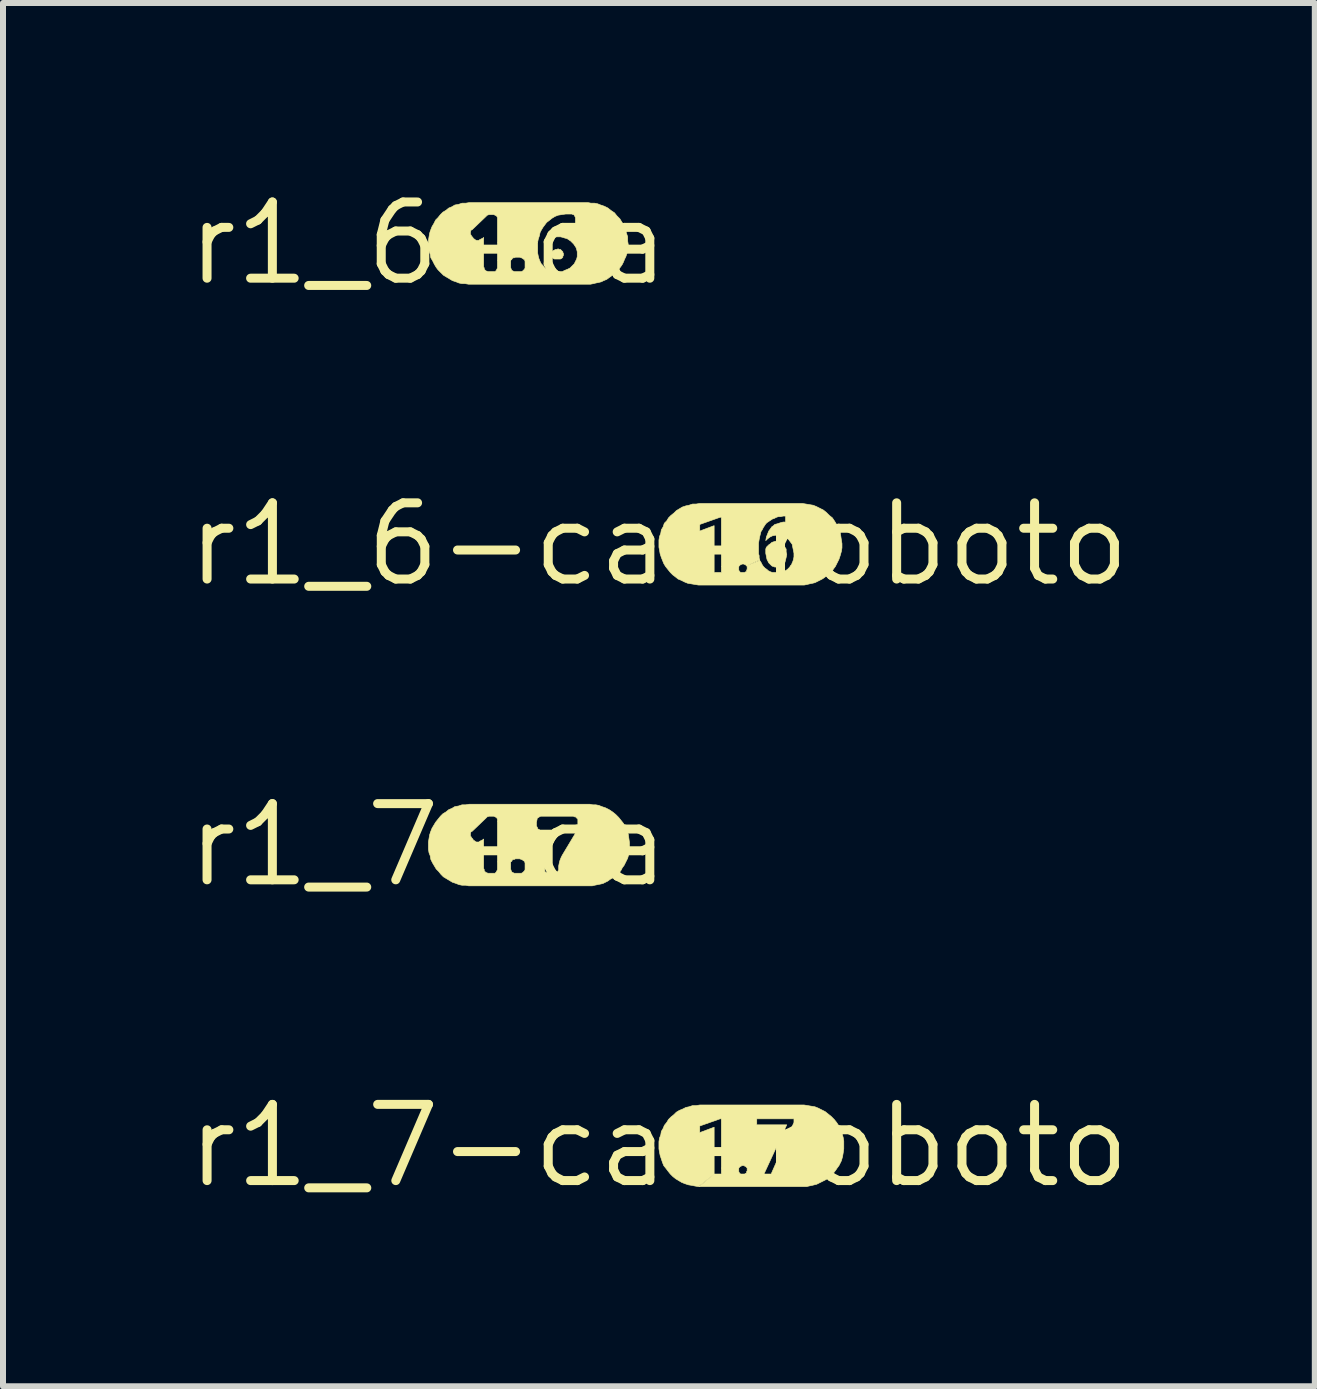
<source format=kicad_pcb>
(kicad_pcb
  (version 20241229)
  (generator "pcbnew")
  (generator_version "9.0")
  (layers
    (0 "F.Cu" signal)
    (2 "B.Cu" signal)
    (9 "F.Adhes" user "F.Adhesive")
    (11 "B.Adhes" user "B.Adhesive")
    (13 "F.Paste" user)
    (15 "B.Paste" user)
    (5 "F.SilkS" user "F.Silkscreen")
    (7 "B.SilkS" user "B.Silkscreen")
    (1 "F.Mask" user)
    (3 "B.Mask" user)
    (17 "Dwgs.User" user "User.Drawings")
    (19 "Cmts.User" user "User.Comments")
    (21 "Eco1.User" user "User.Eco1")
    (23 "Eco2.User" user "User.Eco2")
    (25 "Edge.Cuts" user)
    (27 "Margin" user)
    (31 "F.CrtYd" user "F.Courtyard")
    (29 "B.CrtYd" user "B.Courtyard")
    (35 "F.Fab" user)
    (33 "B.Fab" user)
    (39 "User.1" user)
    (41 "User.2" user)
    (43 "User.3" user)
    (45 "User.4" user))
  (footprint "r1_6-ca"
    (layer "F.Cu")
    (at 4.089 1.006)
    (property "Reference" "r1_6-ca" (at 0 0 0) (layer "F.SilkS") (effects (font (size 1.27 1.27) (thickness 0.15))))
    (attr board_only exclude_from_pos_files exclude_from_bom)
    (fp_poly (pts (xy 2.15 0.26) (xy 2.17 0.26) (xy 2.19 0.26) (xy 2.2 0.26) (xy 2.22 0.25) (xy 2.23 0.24) (xy 2.24 0.23) (xy 2.24 0.21) (xy 2.25 0.2) (xy 2.25 0.18) (xy 2.25 0.17) (xy 2.24 0.15) (xy 2.24 0.14) (xy 2.22 0.12) (xy 2.21 0.11) (xy 2.2 0.1) (xy 2.18 0.1) (xy 2.16 0.09) (xy 2.14 0.1) (xy 2.12 0.1) (xy 2.1 0.11) (xy 2.08 0.12) (xy 2.07 0.13) (xy 2.06 0.14) (xy 2.05 0.16) (xy 2.05 0.18) (xy 2.05 0.2) (xy 2.06 0.23) (xy 2.07 0.24) (xy 2.08 0.25) (xy 2.1 0.26) (xy 2.12 0.26) (xy 2.15 0.26)) (stroke (width 0.01) (type solid)) (fill yes) (layer "F.SilkS"))
    (fp_poly (pts (xy 0.68 -0.68) (xy 0.62 -0.67) (xy 0.56 -0.67) (xy 0.5 -0.65) (xy 0.44 -0.64) (xy 0.39 -0.61) (xy 0.34 -0.59) (xy 0.29 -0.55) (xy 0.24 -0.52) (xy 0.2 -0.48) (xy 0.16 -0.43) (xy 0.12 -0.39) (xy 0.09 -0.33) (xy 0.06 -0.28) (xy 0.04 -0.23) (xy 0.02 -0.17) (xy 0.01 -0.11) (xy 0 -0.05) (xy 0 0.01) (xy 0 0.07) (xy 0.01 0.13) (xy 0.03 0.18) (xy 0.04 0.24) (xy 0.07 0.29) (xy 0.1 0.35) (xy 0.13 0.4) (xy 0.16 0.44) (xy 0.21 0.49) (xy 0.25 0.53) (xy 0.3 0.56) (xy 0.35 0.59) (xy 0.4 0.62) (xy 0.46 0.64) (xy 0.51 0.66) (xy 0.56 0.67) (xy 0.61 0.67) (xy 0.67 0.68) (xy 0.95 0.45) (xy 0.93 0.43) (xy 0.93 0.41) (xy 0.92 0.39) (xy 0.92 0.36) (xy 0.92 -0.1) (xy 0.91 -0.09) (xy 0.89 -0.08) (xy 0.87 -0.07) (xy 0.85 -0.06) (xy 0.84 -0.05) (xy 0.82 -0.05) (xy 0.81 -0.05) (xy 0.8 -0.05) (xy 0.78 -0.06) (xy 0.77 -0.07) (xy 0.75 -0.08) (xy 0.74 -0.1) (xy 0.72 -0.12) (xy 0.71 -0.14) (xy 0.7 -0.15) (xy 0.7 -0.17) (xy 0.7 -0.18) (xy 0.7 -0.2) (xy 0.71 -0.22) (xy 0.73 -0.23) (xy 0.96 -0.45) (xy 0.98 -0.47) (xy 1.01 -0.48) (xy 1.03 -0.48) (xy 1.06 -0.48) (xy 1.09 -0.48) (xy 1.13 -0.46) (xy 1.14 -0.45) (xy 1.15 -0.43) (xy 1.15 0.41) (xy 1.37 0.4) (xy 1.37 0.37) (xy 1.37 0.31) (xy 1.37 0.3) (xy 1.37 0.28) (xy 1.39 0.27) (xy 1.39 0.26) (xy 1.41 0.24) (xy 1.43 0.24) (xy 1.45 0.23) (xy 1.48 0.23) (xy 1.52 0.23) (xy 1.55 0.24) (xy 1.57 0.25) (xy 1.58 0.26) (xy 1.6 0.27) (xy 1.61 0.3) (xy 1.84 0.25) (xy 1.83 0.21) (xy 1.82 0.16) (xy 1.82 0.1) (xy 1.82 0.04) (xy 1.82 -0.02) (xy 1.83 -0.07) (xy 1.85 -0.13) (xy 1.86 -0.18) (xy 1.88 -0.22) (xy 1.91 -0.27) (xy 1.94 -0.31) (xy 1.97 -0.35) (xy 2.01 -0.38) (xy 2.06 -0.42) (xy 2.11 -0.45) (xy 2.16 -0.47) (xy 2.22 -0.48) (xy 2.29 -0.49) (xy 2.34 -0.49) (xy 2.37 -0.49) (xy 2.39 -0.49) (xy 2.41 -0.48) (xy 2.42 -0.48) (xy 2.43 -0.47) (xy 2.44 -0.45) (xy 2.45 -0.43) (xy 2.45 -0.41) (xy 2.45 -0.37) (xy 2.45 -0.35) (xy 2.45 -0.32) (xy 2.44 -0.3) (xy 2.43 -0.29) (xy 2.41 -0.27) (xy 2.39 -0.27) (xy 2.37 -0.27) (xy 2.3 -0.26) (xy 2.26 -0.25) (xy 2.22 -0.24) (xy 2.17 -0.22) (xy 2.15 -0.2) (xy 2.12 -0.18) (xy 2.11 -0.16) (xy 2.08 -0.13) (xy 2.07 -0.09) (xy 2.1 -0.1) (xy 2.14 -0.11) (xy 2.17 -0.11) (xy 2.2 -0.11) (xy 2.24 -0.1) (xy 2.27 -0.09) (xy 2.31 -0.08) (xy 2.34 -0.06) (xy 2.37 -0.04) (xy 2.4 -0.01) (xy 2.42 0.01) (xy 2.44 0.04) (xy 2.46 0.07) (xy 2.47 0.1) (xy 2.48 0.14) (xy 2.48 0.17) (xy 2.48 0.22) (xy 2.47 0.26) (xy 2.45 0.3) (xy 2.43 0.34) (xy 2.39 0.38) (xy 2.36 0.41) (xy 2.32 0.43) (xy 2.27 0.45) (xy 2.23 0.47) (xy 2.17 0.47) (xy 2.12 0.47) (xy 2.06 0.46) (xy 2.02 0.45) (xy 1.98 0.43) (xy 1.94 0.41) (xy 1.91 0.37) (xy 1.88 0.34) (xy 1.86 0.3) (xy 1.84 0.25) (xy 1.61 0.3) (xy 1.61 0.33) (xy 1.61 0.36) (xy 1.61 0.39) (xy 1.61 0.41) (xy 1.6 0.43) (xy 1.58 0.45) (xy 1.57 0.46) (xy 1.55 0.47) (xy 1.52 0.47) (xy 1.49 0.47) (xy 1.46 0.47) (xy 1.43 0.47) (xy 1.41 0.46) (xy 1.39 0.45) (xy 1.38 0.43) (xy 1.37 0.4) (xy 1.15 0.41) (xy 1.14 0.43) (xy 1.13 0.45) (xy 1.11 0.47) (xy 1.08 0.47) (xy 1.05 0.47) (xy 1.01 0.47) (xy 0.99 0.47) (xy 0.97 0.46) (xy 0.96 0.46) (xy 0.95 0.45) (xy 0.67 0.68) (xy 2.65 0.68) (xy 2.7 0.68) (xy 2.75 0.67) (xy 2.79 0.66) (xy 2.84 0.65) (xy 2.88 0.64) (xy 2.92 0.62) (xy 2.97 0.6) (xy 3.01 0.57) (xy 3.04 0.55) (xy 3.08 0.52) (xy 3.12 0.49) (xy 3.15 0.46) (xy 3.18 0.42) (xy 3.21 0.38) (xy 3.23 0.35) (xy 3.25 0.31) (xy 3.27 0.26) (xy 3.29 0.22) (xy 3.31 0.16) (xy 3.32 0.09) (xy 3.33 0.02) (xy 3.32 -0.04) (xy 3.32 -0.11) (xy 3.3 -0.17) (xy 3.28 -0.24) (xy 3.26 -0.3) (xy 3.22 -0.36) (xy 3.19 -0.41) (xy 3.14 -0.46) (xy 3.1 -0.51) (xy 3.04 -0.55) (xy 2.99 -0.59) (xy 2.93 -0.62) (xy 2.87 -0.64) (xy 2.82 -0.66) (xy 2.77 -0.67) (xy 2.71 -0.67) (xy 2.66 -0.68) (xy 0.68 -0.68)) (stroke (width 0.01) (type solid)) (fill yes) (layer "F.SilkS")))
  (footprint "r1_7-ca"
    (layer "F.Cu")
    (at 4.089 11.031)
    (property "Reference" "r1_7-ca" (at 0 0 0) (layer "F.SilkS") (effects (font (size 1.27 1.27) (thickness 0.15))))
    (attr board_only exclude_from_pos_files exclude_from_bom)
    (fp_poly (pts (xy 0.68 -0.68) (xy 0.62 -0.67) (xy 0.56 -0.67) (xy 0.5 -0.65) (xy 0.44 -0.64) (xy 0.39 -0.61) (xy 0.34 -0.59) (xy 0.29 -0.55) (xy 0.24 -0.52) (xy 0.2 -0.48) (xy 0.16 -0.43) (xy 0.12 -0.38) (xy 0.09 -0.33) (xy 0.06 -0.28) (xy 0.04 -0.23) (xy 0.02 -0.17) (xy 0.01 -0.11) (xy 0 -0.05) (xy 0 0.01) (xy 0 0.07) (xy 0.01 0.13) (xy 0.03 0.18) (xy 0.04 0.24) (xy 0.07 0.3) (xy 0.1 0.35) (xy 0.13 0.4) (xy 0.17 0.44) (xy 0.21 0.49) (xy 0.25 0.53) (xy 0.3 0.56) (xy 0.35 0.59) (xy 0.4 0.62) (xy 0.46 0.64) (xy 0.51 0.66) (xy 0.56 0.67) (xy 0.62 0.67) (xy 0.67 0.68) (xy 0.95 0.45) (xy 0.93 0.43) (xy 0.93 0.41) (xy 0.92 0.39) (xy 0.92 0.36) (xy 0.92 -0.1) (xy 0.91 -0.09) (xy 0.89 -0.08) (xy 0.87 -0.07) (xy 0.85 -0.06) (xy 0.84 -0.05) (xy 0.82 -0.05) (xy 0.81 -0.05) (xy 0.8 -0.05) (xy 0.78 -0.06) (xy 0.77 -0.07) (xy 0.75 -0.08) (xy 0.74 -0.1) (xy 0.72 -0.12) (xy 0.71 -0.14) (xy 0.7 -0.15) (xy 0.7 -0.17) (xy 0.7 -0.18) (xy 0.7 -0.2) (xy 0.71 -0.22) (xy 0.73 -0.23) (xy 0.96 -0.45) (xy 0.98 -0.47) (xy 1.01 -0.48) (xy 1.03 -0.48) (xy 1.06 -0.48) (xy 1.09 -0.48) (xy 1.13 -0.46) (xy 1.14 -0.45) (xy 1.15 -0.43) (xy 1.15 0.41) (xy 1.37 0.4) (xy 1.37 0.37) (xy 1.37 0.31) (xy 1.37 0.3) (xy 1.37 0.28) (xy 1.39 0.27) (xy 1.39 0.26) (xy 1.41 0.24) (xy 1.43 0.24) (xy 1.45 0.23) (xy 1.48 0.23) (xy 1.52 0.23) (xy 1.55 0.24) (xy 1.57 0.25) (xy 1.58 0.26) (xy 1.6 0.27) (xy 1.61 0.3) (xy 1.61 0.33) (xy 1.61 0.36) (xy 1.61 0.39) (xy 1.61 0.41) (xy 1.6 0.43) (xy 1.58 0.45) (xy 1.57 0.46) (xy 1.55 0.47) (xy 1.52 0.47) (xy 1.49 0.47) (xy 1.46 0.47) (xy 1.43 0.47) (xy 1.41 0.46) (xy 1.39 0.45) (xy 1.38 0.43) (xy 1.37 0.4) (xy 1.15 0.41) (xy 1.14 0.43) (xy 1.13 0.45) (xy 1.11 0.47) (xy 1.08 0.47) (xy 1.05 0.47) (xy 1.01 0.47) (xy 0.99 0.47) (xy 0.97 0.46) (xy 0.96 0.46) (xy 0.95 0.45) (xy 0.67 0.68) (xy 2.68 0.68) (xy 2.73 0.68) (xy 2.77 0.67) (xy 2.82 0.66) (xy 2.87 0.65) (xy 2.91 0.64) (xy 2.95 0.62) (xy 2.99 0.6) (xy 3.03 0.57) (xy 3.07 0.55) (xy 3.11 0.52) (xy 3.14 0.49) (xy 3.18 0.46) (xy 3.21 0.42) (xy 3.23 0.38) (xy 3.26 0.34) (xy 3.28 0.3) (xy 3.3 0.26) (xy 3.32 0.22) (xy 3.34 0.15) (xy 3.35 0.09) (xy 3.35 0.02) (xy 3.35 -0.04) (xy 3.34 -0.11) (xy 3.33 -0.18) (xy 3.31 -0.24) (xy 3.28 -0.3) (xy 3.25 -0.36) (xy 3.21 -0.41) (xy 3.17 -0.46) (xy 3.12 -0.51) (xy 3.07 -0.55) (xy 3.01 -0.59) (xy 2.95 -0.62) (xy 2.89 -0.64) (xy 2.84 -0.66) (xy 2.79 -0.67) (xy 2.74 -0.67) (xy 2.69 -0.68) (xy 2.47 -0.45) (xy 2.48 -0.44) (xy 2.49 -0.43) (xy 2.49 -0.41) (xy 2.49 -0.38) (xy 2.49 -0.35) (xy 2.49 -0.33) (xy 2.48 -0.28) (xy 2.46 -0.23) (xy 2.44 -0.18) (xy 2.41 -0.13) (xy 2.26 0.12) (xy 2.23 0.17) (xy 2.21 0.21) (xy 2.19 0.26) (xy 2.18 0.3) (xy 2.17 0.35) (xy 2.17 0.42) (xy 2.16 0.43) (xy 2.15 0.45) (xy 2.14 0.46) (xy 2.13 0.46) (xy 2.11 0.47) (xy 2.08 0.47) (xy 2.05 0.47) (xy 2.02 0.47) (xy 1.99 0.47) (xy 1.97 0.46) (xy 1.95 0.45) (xy 1.94 0.44) (xy 1.94 0.43) (xy 1.94 0.42) (xy 1.94 0.36) (xy 1.94 0.32) (xy 1.95 0.27) (xy 1.96 0.22) (xy 1.97 0.17) (xy 2 0.11) (xy 2.03 0.05) (xy 2.1 -0.08) (xy 2.2 -0.21) (xy 2.21 -0.23) (xy 2.21 -0.25) (xy 1.9 -0.25) (xy 1.86 -0.25) (xy 1.84 -0.26) (xy 1.82 -0.27) (xy 1.82 -0.28) (xy 1.81 -0.3) (xy 1.8 -0.32) (xy 1.8 -0.35) (xy 1.8 -0.39) (xy 1.81 -0.42) (xy 1.81 -0.44) (xy 1.82 -0.45) (xy 1.85 -0.47) (xy 1.87 -0.48) (xy 1.89 -0.48) (xy 2.38 -0.48) (xy 2.42 -0.48) (xy 2.43 -0.47) (xy 2.45 -0.47) (xy 2.46 -0.46) (xy 2.47 -0.45) (xy 2.69 -0.68) (xy 0.68 -0.68)) (stroke (width 0.01) (type solid)) (fill yes) (layer "F.SilkS")))
  (footprint "r1_6-ca-roboto"
    (layer "F.Cu")
    (at 7.93 6.019)
    (property "Reference" "r1_6-ca-roboto" (at 0 0 0) (layer "F.SilkS") (effects (font (size 1.27 1.27) (thickness 0.15))))
    (attr board_only exclude_from_pos_files exclude_from_bom)
    (fp_poly (pts (xy 1.96 -0.05) (xy 1.94 -0.05) (xy 1.91 -0.04) (xy 1.88 -0.03) (xy 1.86 -0.01) (xy 1.83 0.01) (xy 1.81 0.03) (xy 1.79 0.05) (xy 1.78 0.08) (xy 1.78 0.15) (xy 1.79 0.2) (xy 1.8 0.25) (xy 1.82 0.29) (xy 1.83 0.31) (xy 1.85 0.33) (xy 1.86 0.34) (xy 1.88 0.36) (xy 1.9 0.37) (xy 1.91 0.37) (xy 1.93 0.38) (xy 1.95 0.38) (xy 1.99 0.38) (xy 2.02 0.37) (xy 2.05 0.35) (xy 2.08 0.33) (xy 2.1 0.3) (xy 2.11 0.26) (xy 2.12 0.22) (xy 2.13 0.17) (xy 2.12 0.13) (xy 2.12 0.08) (xy 2.1 0.05) (xy 2.08 0.01) (xy 2.06 -0.01) (xy 2.03 -0.03) (xy 2 -0.04) (xy 1.96 -0.05)) (stroke (width 0.01) (type solid)) (fill yes) (layer "F.SilkS"))
    (fp_poly (pts (xy 0.68 -0.68) (xy 0.62 -0.67) (xy 0.56 -0.67) (xy 0.5 -0.65) (xy 0.45 -0.64) (xy 0.39 -0.62) (xy 0.34 -0.59) (xy 0.29 -0.56) (xy 0.25 -0.52) (xy 0.2 -0.48) (xy 0.16 -0.44) (xy 0.13 -0.39) (xy 0.09 -0.35) (xy 0.07 -0.29) (xy 0.04 -0.24) (xy 0.03 -0.18) (xy 0.01 -0.13) (xy 0 -0.07) (xy 0 -0.01) (xy 0 0.05) (xy 0.01 0.1) (xy 0.02 0.16) (xy 0.04 0.22) (xy 0.06 0.27) (xy 0.08 0.32) (xy 0.11 0.37) (xy 0.15 0.42) (xy 0.19 0.47) (xy 0.23 0.51) (xy 0.27 0.54) (xy 0.32 0.58) (xy 0.37 0.6) (xy 0.43 0.63) (xy 0.48 0.65) (xy 0.54 0.66) (xy 0.6 0.67) (xy 0.66 0.68) (xy 0.92 0.47) (xy 0.92 -0.31) (xy 0.68 -0.22) (xy 0.68 -0.33) (xy 1.02 -0.45) (xy 1.04 -0.45) (xy 1.04 0.47) (xy 1.33 0.42) (xy 1.33 0.41) (xy 1.33 0.39) (xy 1.33 0.37) (xy 1.34 0.36) (xy 1.35 0.35) (xy 1.36 0.34) (xy 1.37 0.34) (xy 1.38 0.33) (xy 1.4 0.33) (xy 1.42 0.33) (xy 1.43 0.34) (xy 1.44 0.34) (xy 1.45 0.35) (xy 1.46 0.36) (xy 1.68 0.26) (xy 1.67 0.23) (xy 1.67 0.19) (xy 1.66 0.16) (xy 1.66 0.11) (xy 1.66 0.03) (xy 1.66 -0.02) (xy 1.67 -0.08) (xy 1.68 -0.13) (xy 1.69 -0.17) (xy 1.7 -0.21) (xy 1.72 -0.24) (xy 1.74 -0.28) (xy 1.76 -0.31) (xy 1.78 -0.34) (xy 1.8 -0.36) (xy 1.83 -0.38) (xy 1.86 -0.4) (xy 1.89 -0.42) (xy 1.92 -0.43) (xy 1.96 -0.45) (xy 1.99 -0.46) (xy 2.03 -0.46) (xy 2.07 -0.47) (xy 2.11 -0.47) (xy 2.11 -0.37) (xy 2.07 -0.37) (xy 2.03 -0.36) (xy 2 -0.35) (xy 1.97 -0.34) (xy 1.93 -0.33) (xy 1.91 -0.31) (xy 1.88 -0.29) (xy 1.86 -0.26) (xy 1.83 -0.22) (xy 1.81 -0.17) (xy 1.79 -0.12) (xy 1.78 -0.06) (xy 1.81 -0.09) (xy 1.85 -0.12) (xy 1.89 -0.14) (xy 1.94 -0.15) (xy 1.99 -0.15) (xy 2.04 -0.14) (xy 2.06 -0.14) (xy 2.08 -0.13) (xy 2.11 -0.12) (xy 2.13 -0.11) (xy 2.16 -0.08) (xy 2.19 -0.04) (xy 2.22 0) (xy 2.23 0.05) (xy 2.24 0.1) (xy 2.25 0.15) (xy 2.25 0.21) (xy 2.24 0.26) (xy 2.23 0.29) (xy 2.22 0.31) (xy 2.21 0.34) (xy 2.19 0.36) (xy 2.18 0.38) (xy 2.16 0.4) (xy 2.14 0.42) (xy 2.11 0.44) (xy 2.09 0.45) (xy 2.07 0.46) (xy 2.04 0.47) (xy 2.01 0.47) (xy 1.98 0.47) (xy 1.95 0.47) (xy 1.92 0.47) (xy 1.89 0.47) (xy 1.86 0.46) (xy 1.82 0.44) (xy 1.8 0.42) (xy 1.77 0.4) (xy 1.74 0.37) (xy 1.72 0.34) (xy 1.7 0.3) (xy 1.68 0.27) (xy 1.46 0.36) (xy 1.47 0.37) (xy 1.47 0.39) (xy 1.47 0.41) (xy 1.47 0.42) (xy 1.46 0.43) (xy 1.46 0.45) (xy 1.45 0.46) (xy 1.44 0.46) (xy 1.43 0.47) (xy 1.41 0.47) (xy 1.4 0.47) (xy 1.38 0.47) (xy 1.37 0.47) (xy 1.36 0.47) (xy 1.35 0.46) (xy 1.34 0.45) (xy 1.33 0.43) (xy 1.33 0.42) (xy 1.04 0.47) (xy 0.92 0.47) (xy 0.66 0.68) (xy 2.37 0.68) (xy 2.42 0.68) (xy 2.47 0.67) (xy 2.51 0.66) (xy 2.56 0.65) (xy 2.6 0.64) (xy 2.64 0.62) (xy 2.68 0.6) (xy 2.72 0.58) (xy 2.75 0.56) (xy 2.79 0.53) (xy 2.82 0.5) (xy 2.86 0.47) (xy 2.89 0.44) (xy 2.91 0.41) (xy 2.94 0.37) (xy 2.96 0.33) (xy 2.98 0.29) (xy 3 0.25) (xy 3.02 0.19) (xy 3.04 0.12) (xy 3.05 0.06) (xy 3.05 -0.01) (xy 3.04 -0.07) (xy 3.03 -0.14) (xy 3.02 -0.2) (xy 2.99 -0.27) (xy 2.96 -0.33) (xy 2.93 -0.38) (xy 2.89 -0.44) (xy 2.84 -0.48) (xy 2.79 -0.53) (xy 2.74 -0.57) (xy 2.68 -0.6) (xy 2.62 -0.63) (xy 2.57 -0.65) (xy 2.51 -0.66) (xy 2.45 -0.67) (xy 2.39 -0.68) (xy 0.68 -0.68)) (stroke (width 0.01) (type solid)) (fill yes) (layer "F.SilkS")))
  (footprint "r1_7-ca-roboto"
    (layer "F.Cu")
    (at 7.93 16.043)
    (property "Reference" "r1_7-ca-roboto" (at 0 0 0) (layer "F.SilkS") (effects (font (size 1.27 1.27) (thickness 0.15))))
    (attr board_only exclude_from_pos_files exclude_from_bom)
    (fp_poly (pts (xy 0.68 -0.68) (xy 0.62 -0.67) (xy 0.56 -0.67) (xy 0.5 -0.65) (xy 0.45 -0.64) (xy 0.39 -0.61) (xy 0.34 -0.59) (xy 0.29 -0.56) (xy 0.25 -0.52) (xy 0.2 -0.48) (xy 0.16 -0.44) (xy 0.13 -0.39) (xy 0.09 -0.34) (xy 0.07 -0.29) (xy 0.04 -0.24) (xy 0.03 -0.18) (xy 0.01 -0.13) (xy 0 -0.07) (xy 0 -0.01) (xy 0 0.05) (xy 0.01 0.11) (xy 0.02 0.16) (xy 0.04 0.22) (xy 0.06 0.28) (xy 0.08 0.33) (xy 0.12 0.38) (xy 0.15 0.42) (xy 0.19 0.47) (xy 0.23 0.51) (xy 0.28 0.55) (xy 0.33 0.58) (xy 0.38 0.61) (xy 0.43 0.63) (xy 0.49 0.65) (xy 0.55 0.66) (xy 0.6 0.67) (xy 0.66 0.68) (xy 0.92 0.47) (xy 0.92 -0.31) (xy 0.68 -0.22) (xy 0.68 -0.33) (xy 1.02 -0.45) (xy 1.04 -0.45) (xy 1.04 0.47) (xy 1.33 0.42) (xy 1.33 0.41) (xy 1.33 0.39) (xy 1.33 0.37) (xy 1.34 0.36) (xy 1.35 0.35) (xy 1.36 0.34) (xy 1.37 0.34) (xy 1.38 0.33) (xy 1.4 0.33) (xy 1.42 0.33) (xy 1.43 0.34) (xy 1.44 0.34) (xy 1.45 0.35) (xy 1.46 0.36) (xy 1.47 0.37) (xy 1.47 0.39) (xy 1.47 0.41) (xy 1.47 0.42) (xy 1.46 0.43) (xy 1.46 0.45) (xy 1.45 0.46) (xy 1.44 0.46) (xy 1.43 0.47) (xy 1.41 0.47) (xy 1.4 0.47) (xy 1.38 0.47) (xy 1.37 0.47) (xy 1.36 0.47) (xy 1.35 0.46) (xy 1.34 0.45) (xy 1.33 0.43) (xy 1.33 0.42) (xy 1.04 0.47) (xy 0.92 0.47) (xy 0.67 0.68) (xy 2.41 0.68) (xy 2.46 0.68) (xy 2.5 0.67) (xy 2.55 0.66) (xy 2.59 0.65) (xy 2.63 0.64) (xy 2.67 0.62) (xy 2.71 0.6) (xy 2.75 0.58) (xy 2.79 0.56) (xy 2.83 0.53) (xy 2.86 0.5) (xy 2.89 0.47) (xy 2.92 0.44) (xy 2.95 0.4) (xy 2.97 0.37) (xy 3 0.33) (xy 3.02 0.29) (xy 3.04 0.25) (xy 3.06 0.18) (xy 3.07 0.12) (xy 3.08 0.05) (xy 3.08 -0.01) (xy 3.08 -0.08) (xy 3.07 -0.14) (xy 3.05 -0.21) (xy 3.03 -0.27) (xy 3 -0.33) (xy 2.96 -0.39) (xy 2.92 -0.44) (xy 2.87 -0.49) (xy 2.82 -0.53) (xy 2.77 -0.57) (xy 2.71 -0.6) (xy 2.65 -0.63) (xy 2.6 -0.65) (xy 2.54 -0.66) (xy 2.48 -0.67) (xy 2.42 -0.68) (xy 2.25 -0.45) (xy 2.25 -0.39) (xy 1.87 0.47) (xy 1.75 0.47) (xy 2.13 -0.35) (xy 1.63 -0.35) (xy 1.63 -0.45) (xy 2.25 -0.45) (xy 2.42 -0.68) (xy 0.68 -0.68)) (stroke (width 0.01) (type solid)) (fill yes) (layer "F.SilkS")))
  (gr_rect
    (start -3 -3)
    (end 18.859 20.05)
    (stroke (width 0.1) (type default))
    (fill no)
    (layer "Edge.Cuts")))
</source>
